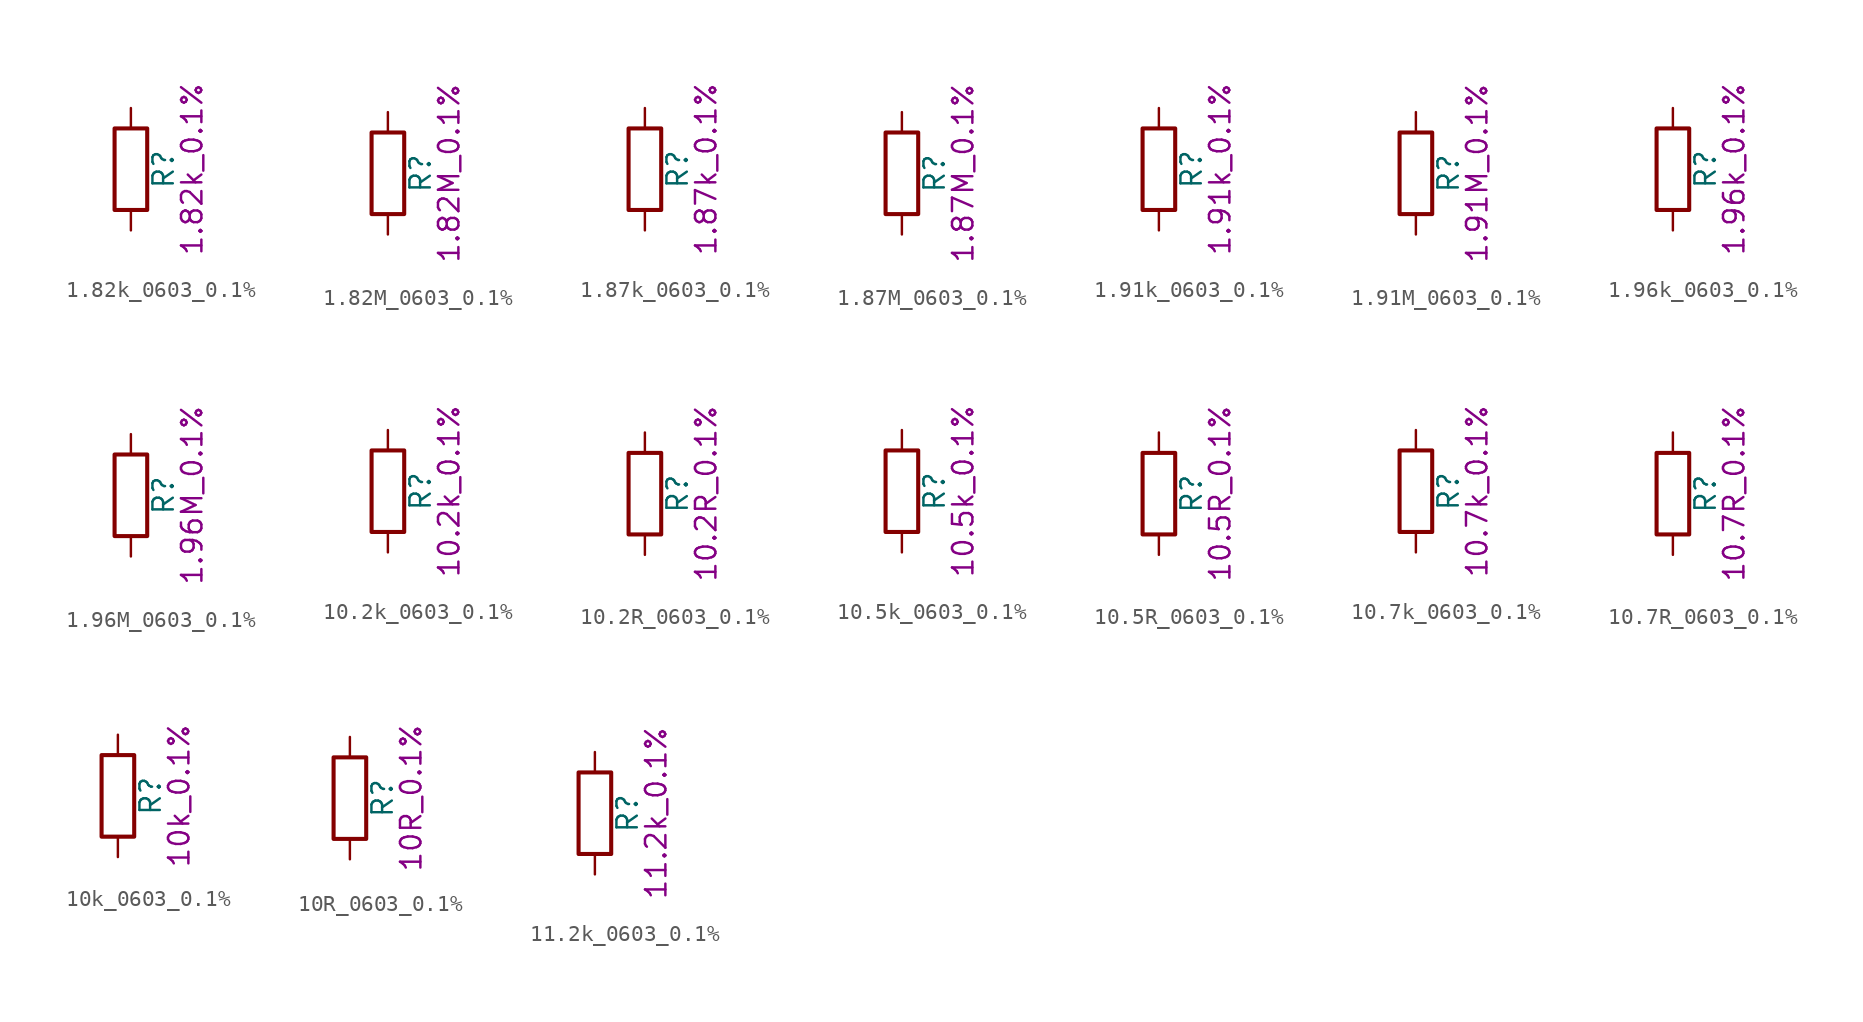
<source format=kicad_sym>
(kicad_symbol_lib
  (version 20211014)
  (generator kicad_symbol_editor)
  (symbol "1.82k_0603_0.1%"
    (pin_numbers hide)
    (pin_names
      (offset 0))
    (property "Reference" "R"
      (at 2.032 0 90)
      (effects (font (size 1.27 1.27))))
    (property "Display" "1.82k_0.1%"
      (at 3.81 0 90)
      (effects (font (size 1.27 1.27))))
    (symbol "1.82k_0603_0.1%_0_1"
      (rectangle (start -1.016 -2.54) (end 1.016 2.54) (stroke (width 0.254) (type default) (color 0 0 0 0)) (fill (type none))))
    (symbol "1.82k_0603_0.1%_1_1"
      (pin passive line (at 0 3.81 270) (length 1.27) (name "~" (effects (font (size 1.27 1.27)))) (number "1" (effects (font (size 1.27 1.27)))))
      (pin passive line (at 0 -3.81 90) (length 1.27) (name "~" (effects (font (size 1.27 1.27)))) (number "2" (effects (font (size 1.27 1.27)))))))
  (symbol "1.82M_0603_0.1%"
    (pin_numbers hide)
    (pin_names
      (offset 0))
    (property "Reference" "R"
      (at 2.032 0 90)
      (effects (font (size 1.27 1.27))))
    (property "Display" "1.82M_0.1%"
      (at 3.81 0 90)
      (effects (font (size 1.27 1.27))))
    (symbol "1.82M_0603_0.1%_0_1"
      (rectangle (start -1.016 -2.54) (end 1.016 2.54) (stroke (width 0.254) (type default) (color 0 0 0 0)) (fill (type none))))
    (symbol "1.82M_0603_0.1%_1_1"
      (pin passive line (at 0 3.81 270) (length 1.27) (name "~" (effects (font (size 1.27 1.27)))) (number "1" (effects (font (size 1.27 1.27)))))
      (pin passive line (at 0 -3.81 90) (length 1.27) (name "~" (effects (font (size 1.27 1.27)))) (number "2" (effects (font (size 1.27 1.27)))))))
  (symbol "1.87k_0603_0.1%"
    (pin_numbers hide)
    (pin_names
      (offset 0))
    (property "Reference" "R"
      (at 2.032 0 90)
      (effects (font (size 1.27 1.27))))
    (property "Display" "1.87k_0.1%"
      (at 3.81 0 90)
      (effects (font (size 1.27 1.27))))
    (symbol "1.87k_0603_0.1%_0_1"
      (rectangle (start -1.016 -2.54) (end 1.016 2.54) (stroke (width 0.254) (type default) (color 0 0 0 0)) (fill (type none))))
    (symbol "1.87k_0603_0.1%_1_1"
      (pin passive line (at 0 3.81 270) (length 1.27) (name "~" (effects (font (size 1.27 1.27)))) (number "1" (effects (font (size 1.27 1.27)))))
      (pin passive line (at 0 -3.81 90) (length 1.27) (name "~" (effects (font (size 1.27 1.27)))) (number "2" (effects (font (size 1.27 1.27)))))))
  (symbol "1.87M_0603_0.1%"
    (pin_numbers hide)
    (pin_names
      (offset 0))
    (property "Reference" "R"
      (at 2.032 0 90)
      (effects (font (size 1.27 1.27))))
    (property "Display" "1.87M_0.1%"
      (at 3.81 0 90)
      (effects (font (size 1.27 1.27))))
    (symbol "1.87M_0603_0.1%_0_1"
      (rectangle (start -1.016 -2.54) (end 1.016 2.54) (stroke (width 0.254) (type default) (color 0 0 0 0)) (fill (type none))))
    (symbol "1.87M_0603_0.1%_1_1"
      (pin passive line (at 0 3.81 270) (length 1.27) (name "~" (effects (font (size 1.27 1.27)))) (number "1" (effects (font (size 1.27 1.27)))))
      (pin passive line (at 0 -3.81 90) (length 1.27) (name "~" (effects (font (size 1.27 1.27)))) (number "2" (effects (font (size 1.27 1.27)))))))
  (symbol "1.91k_0603_0.1%"
    (pin_numbers hide)
    (pin_names
      (offset 0))
    (property "Reference" "R"
      (at 2.032 0 90)
      (effects (font (size 1.27 1.27))))
    (property "Display" "1.91k_0.1%"
      (at 3.81 0 90)
      (effects (font (size 1.27 1.27))))
    (symbol "1.91k_0603_0.1%_0_1"
      (rectangle (start -1.016 -2.54) (end 1.016 2.54) (stroke (width 0.254) (type default) (color 0 0 0 0)) (fill (type none))))
    (symbol "1.91k_0603_0.1%_1_1"
      (pin passive line (at 0 3.81 270) (length 1.27) (name "~" (effects (font (size 1.27 1.27)))) (number "1" (effects (font (size 1.27 1.27)))))
      (pin passive line (at 0 -3.81 90) (length 1.27) (name "~" (effects (font (size 1.27 1.27)))) (number "2" (effects (font (size 1.27 1.27)))))))
  (symbol "1.91M_0603_0.1%"
    (pin_numbers hide)
    (pin_names
      (offset 0))
    (property "Reference" "R"
      (at 2.032 0 90)
      (effects (font (size 1.27 1.27))))
    (property "Display" "1.91M_0.1%"
      (at 3.81 0 90)
      (effects (font (size 1.27 1.27))))
    (symbol "1.91M_0603_0.1%_0_1"
      (rectangle (start -1.016 -2.54) (end 1.016 2.54) (stroke (width 0.254) (type default) (color 0 0 0 0)) (fill (type none))))
    (symbol "1.91M_0603_0.1%_1_1"
      (pin passive line (at 0 3.81 270) (length 1.27) (name "~" (effects (font (size 1.27 1.27)))) (number "1" (effects (font (size 1.27 1.27)))))
      (pin passive line (at 0 -3.81 90) (length 1.27) (name "~" (effects (font (size 1.27 1.27)))) (number "2" (effects (font (size 1.27 1.27)))))))
  (symbol "1.96k_0603_0.1%"
    (pin_numbers hide)
    (pin_names
      (offset 0))
    (property "Reference" "R"
      (at 2.032 0 90)
      (effects (font (size 1.27 1.27))))
    (property "Display" "1.96k_0.1%"
      (at 3.81 0 90)
      (effects (font (size 1.27 1.27))))
    (symbol "1.96k_0603_0.1%_0_1"
      (rectangle (start -1.016 -2.54) (end 1.016 2.54) (stroke (width 0.254) (type default) (color 0 0 0 0)) (fill (type none))))
    (symbol "1.96k_0603_0.1%_1_1"
      (pin passive line (at 0 3.81 270) (length 1.27) (name "~" (effects (font (size 1.27 1.27)))) (number "1" (effects (font (size 1.27 1.27)))))
      (pin passive line (at 0 -3.81 90) (length 1.27) (name "~" (effects (font (size 1.27 1.27)))) (number "2" (effects (font (size 1.27 1.27)))))))
  (symbol "1.96M_0603_0.1%"
    (pin_numbers hide)
    (pin_names
      (offset 0))
    (property "Reference" "R"
      (at 2.032 0 90)
      (effects (font (size 1.27 1.27))))
    (property "Display" "1.96M_0.1%"
      (at 3.81 0 90)
      (effects (font (size 1.27 1.27))))
    (symbol "1.96M_0603_0.1%_0_1"
      (rectangle (start -1.016 -2.54) (end 1.016 2.54) (stroke (width 0.254) (type default) (color 0 0 0 0)) (fill (type none))))
    (symbol "1.96M_0603_0.1%_1_1"
      (pin passive line (at 0 3.81 270) (length 1.27) (name "~" (effects (font (size 1.27 1.27)))) (number "1" (effects (font (size 1.27 1.27)))))
      (pin passive line (at 0 -3.81 90) (length 1.27) (name "~" (effects (font (size 1.27 1.27)))) (number "2" (effects (font (size 1.27 1.27)))))))
  (symbol "10.2k_0603_0.1%"
    (pin_numbers hide)
    (pin_names
      (offset 0))
    (property "Reference" "R"
      (at 2.032 0 90)
      (effects (font (size 1.27 1.27))))
    (property "Display" "10.2k_0.1%"
      (at 3.81 0 90)
      (effects (font (size 1.27 1.27))))
    (symbol "10.2k_0603_0.1%_0_1"
      (rectangle (start -1.016 -2.54) (end 1.016 2.54) (stroke (width 0.254) (type default) (color 0 0 0 0)) (fill (type none))))
    (symbol "10.2k_0603_0.1%_1_1"
      (pin passive line (at 0 3.81 270) (length 1.27) (name "~" (effects (font (size 1.27 1.27)))) (number "1" (effects (font (size 1.27 1.27)))))
      (pin passive line (at 0 -3.81 90) (length 1.27) (name "~" (effects (font (size 1.27 1.27)))) (number "2" (effects (font (size 1.27 1.27)))))))
  (symbol "10.2R_0603_0.1%"
    (pin_numbers hide)
    (pin_names
      (offset 0))
    (property "Reference" "R"
      (at 2.032 0 90)
      (effects (font (size 1.27 1.27))))
    (property "Display" "10.2R_0.1%"
      (at 3.81 0 90)
      (effects (font (size 1.27 1.27))))
    (symbol "10.2R_0603_0.1%_0_1"
      (rectangle (start -1.016 -2.54) (end 1.016 2.54) (stroke (width 0.254) (type default) (color 0 0 0 0)) (fill (type none))))
    (symbol "10.2R_0603_0.1%_1_1"
      (pin passive line (at 0 3.81 270) (length 1.27) (name "~" (effects (font (size 1.27 1.27)))) (number "1" (effects (font (size 1.27 1.27)))))
      (pin passive line (at 0 -3.81 90) (length 1.27) (name "~" (effects (font (size 1.27 1.27)))) (number "2" (effects (font (size 1.27 1.27)))))))
  (symbol "10.5k_0603_0.1%"
    (pin_numbers hide)
    (pin_names
      (offset 0))
    (property "Reference" "R"
      (at 2.032 0 90)
      (effects (font (size 1.27 1.27))))
    (property "Display" "10.5k_0.1%"
      (at 3.81 0 90)
      (effects (font (size 1.27 1.27))))
    (symbol "10.5k_0603_0.1%_0_1"
      (rectangle (start -1.016 -2.54) (end 1.016 2.54) (stroke (width 0.254) (type default) (color 0 0 0 0)) (fill (type none))))
    (symbol "10.5k_0603_0.1%_1_1"
      (pin passive line (at 0 3.81 270) (length 1.27) (name "~" (effects (font (size 1.27 1.27)))) (number "1" (effects (font (size 1.27 1.27)))))
      (pin passive line (at 0 -3.81 90) (length 1.27) (name "~" (effects (font (size 1.27 1.27)))) (number "2" (effects (font (size 1.27 1.27)))))))
  (symbol "10.5R_0603_0.1%"
    (pin_numbers hide)
    (pin_names
      (offset 0))
    (property "Reference" "R"
      (at 2.032 0 90)
      (effects (font (size 1.27 1.27))))
    (property "Display" "10.5R_0.1%"
      (at 3.81 0 90)
      (effects (font (size 1.27 1.27))))
    (symbol "10.5R_0603_0.1%_0_1"
      (rectangle (start -1.016 -2.54) (end 1.016 2.54) (stroke (width 0.254) (type default) (color 0 0 0 0)) (fill (type none))))
    (symbol "10.5R_0603_0.1%_1_1"
      (pin passive line (at 0 3.81 270) (length 1.27) (name "~" (effects (font (size 1.27 1.27)))) (number "1" (effects (font (size 1.27 1.27)))))
      (pin passive line (at 0 -3.81 90) (length 1.27) (name "~" (effects (font (size 1.27 1.27)))) (number "2" (effects (font (size 1.27 1.27)))))))
  (symbol "10.7k_0603_0.1%"
    (pin_numbers hide)
    (pin_names
      (offset 0))
    (property "Reference" "R"
      (at 2.032 0 90)
      (effects (font (size 1.27 1.27))))
    (property "Display" "10.7k_0.1%"
      (at 3.81 0 90)
      (effects (font (size 1.27 1.27))))
    (symbol "10.7k_0603_0.1%_0_1"
      (rectangle (start -1.016 -2.54) (end 1.016 2.54) (stroke (width 0.254) (type default) (color 0 0 0 0)) (fill (type none))))
    (symbol "10.7k_0603_0.1%_1_1"
      (pin passive line (at 0 3.81 270) (length 1.27) (name "~" (effects (font (size 1.27 1.27)))) (number "1" (effects (font (size 1.27 1.27)))))
      (pin passive line (at 0 -3.81 90) (length 1.27) (name "~" (effects (font (size 1.27 1.27)))) (number "2" (effects (font (size 1.27 1.27)))))))
  (symbol "10.7R_0603_0.1%"
    (pin_numbers hide)
    (pin_names
      (offset 0))
    (property "Reference" "R"
      (at 2.032 0 90)
      (effects (font (size 1.27 1.27))))
    (property "Display" "10.7R_0.1%"
      (at 3.81 0 90)
      (effects (font (size 1.27 1.27))))
    (symbol "10.7R_0603_0.1%_0_1"
      (rectangle (start -1.016 -2.54) (end 1.016 2.54) (stroke (width 0.254) (type default) (color 0 0 0 0)) (fill (type none))))
    (symbol "10.7R_0603_0.1%_1_1"
      (pin passive line (at 0 3.81 270) (length 1.27) (name "~" (effects (font (size 1.27 1.27)))) (number "1" (effects (font (size 1.27 1.27)))))
      (pin passive line (at 0 -3.81 90) (length 1.27) (name "~" (effects (font (size 1.27 1.27)))) (number "2" (effects (font (size 1.27 1.27)))))))
  (symbol "10k_0603_0.1%"
    (pin_numbers hide)
    (pin_names
      (offset 0))
    (property "Reference" "R"
      (at 2.032 0 90)
      (effects (font (size 1.27 1.27))))
    (property "Display" "10k_0.1%"
      (at 3.81 0 90)
      (effects (font (size 1.27 1.27))))
    (symbol "10k_0603_0.1%_0_1"
      (rectangle (start -1.016 -2.54) (end 1.016 2.54) (stroke (width 0.254) (type default) (color 0 0 0 0)) (fill (type none))))
    (symbol "10k_0603_0.1%_1_1"
      (pin passive line (at 0 3.81 270) (length 1.27) (name "~" (effects (font (size 1.27 1.27)))) (number "1" (effects (font (size 1.27 1.27)))))
      (pin passive line (at 0 -3.81 90) (length 1.27) (name "~" (effects (font (size 1.27 1.27)))) (number "2" (effects (font (size 1.27 1.27)))))))
  (symbol "10R_0603_0.1%"
    (pin_numbers hide)
    (pin_names
      (offset 0))
    (property "Reference" "R"
      (at 2.032 0 90)
      (effects (font (size 1.27 1.27))))
    (property "Display" "10R_0.1%"
      (at 3.81 0 90)
      (effects (font (size 1.27 1.27))))
    (symbol "10R_0603_0.1%_0_1"
      (rectangle (start -1.016 -2.54) (end 1.016 2.54) (stroke (width 0.254) (type default) (color 0 0 0 0)) (fill (type none))))
    (symbol "10R_0603_0.1%_1_1"
      (pin passive line (at 0 3.81 270) (length 1.27) (name "~" (effects (font (size 1.27 1.27)))) (number "1" (effects (font (size 1.27 1.27)))))
      (pin passive line (at 0 -3.81 90) (length 1.27) (name "~" (effects (font (size 1.27 1.27)))) (number "2" (effects (font (size 1.27 1.27)))))))
  (symbol "11.2k_0603_0.1%"
    (pin_numbers hide)
    (pin_names
      (offset 0))
    (property "Reference" "R"
      (at 2.032 0 90)
      (effects (font (size 1.27 1.27))))
    (property "Display" "11.2k_0.1%"
      (at 3.81 0 90)
      (effects (font (size 1.27 1.27))))
    (symbol "11.2k_0603_0.1%_0_1"
      (rectangle (start -1.016 -2.54) (end 1.016 2.54) (stroke (width 0.254) (type default) (color 0 0 0 0)) (fill (type none))))
    (symbol "11.2k_0603_0.1%_1_1"
      (pin passive line (at 0 3.81 270) (length 1.27) (name "~" (effects (font (size 1.27 1.27)))) (number "1" (effects (font (size 1.27 1.27)))))
      (pin passive line (at 0 -3.81 90) (length 1.27) (name "~" (effects (font (size 1.27 1.27)))) (number "2" (effects (font (size 1.27 1.27))))))))
</source>
